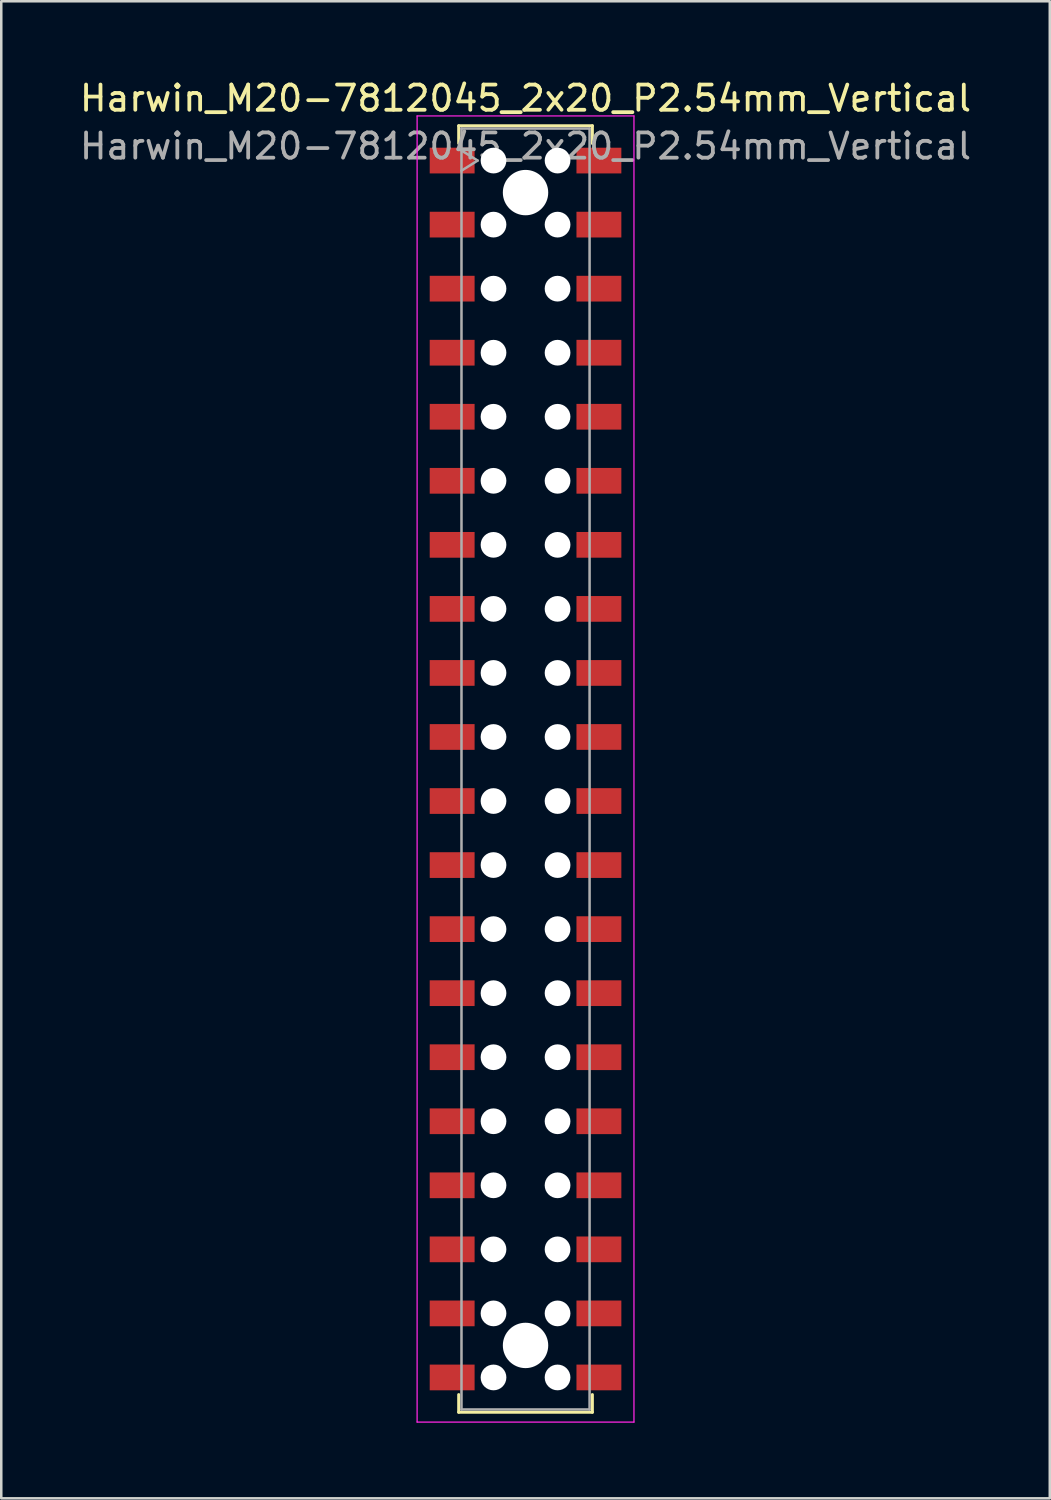
<source format=kicad_pcb>
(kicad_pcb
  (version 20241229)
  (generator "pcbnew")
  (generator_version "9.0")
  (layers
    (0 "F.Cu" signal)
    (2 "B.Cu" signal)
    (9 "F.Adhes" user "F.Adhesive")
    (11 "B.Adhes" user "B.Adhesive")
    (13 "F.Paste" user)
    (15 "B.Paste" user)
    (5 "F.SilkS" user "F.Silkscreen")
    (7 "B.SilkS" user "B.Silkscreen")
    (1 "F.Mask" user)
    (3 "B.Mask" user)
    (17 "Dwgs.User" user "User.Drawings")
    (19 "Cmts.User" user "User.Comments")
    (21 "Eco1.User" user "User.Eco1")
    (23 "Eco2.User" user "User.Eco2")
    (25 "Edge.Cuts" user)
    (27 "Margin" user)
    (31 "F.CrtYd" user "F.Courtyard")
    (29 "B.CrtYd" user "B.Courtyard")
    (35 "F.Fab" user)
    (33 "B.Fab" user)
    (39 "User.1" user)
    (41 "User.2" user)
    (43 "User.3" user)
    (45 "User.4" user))
  (footprint "Harwin_M20-7812045_2x20_P2.54mm_Vertical"
    (layer "F.Cu")
    (at 17.792 27.448)
    (property "Reference" "Harwin_M20-7812045_2x20_P2.54mm_Vertical" (at 0 -26.6 0) (layer "F.SilkS") (effects (font (size 1 1) (thickness 0.15))))
    (attr smd)
    (fp_line (start -2.65 -25.51) (end 2.65 -25.51) (stroke (width 0.12) (type solid)) (layer "F.SilkS"))
    (fp_line (start -2.65 -24.81) (end -2.65 -25.51) (stroke (width 0.12) (type solid)) (layer "F.SilkS"))
    (fp_line (start -2.65 24.81) (end -2.65 25.51) (stroke (width 0.12) (type solid)) (layer "F.SilkS"))
    (fp_line (start -2.65 25.51) (end 2.65 25.51) (stroke (width 0.12) (type solid)) (layer "F.SilkS"))
    (fp_line (start 2.65 -25.51) (end 2.65 -24.81) (stroke (width 0.12) (type solid)) (layer "F.SilkS"))
    (fp_line (start 2.65 25.51) (end 2.65 24.81) (stroke (width 0.12) (type solid)) (layer "F.SilkS"))
    (fp_line (start -4.3 -25.9) (end 4.3 -25.9) (stroke (width 0.05) (type solid)) (layer "F.CrtYd"))
    (fp_line (start -4.3 25.9) (end -4.3 -25.9) (stroke (width 0.05) (type solid)) (layer "F.CrtYd"))
    (fp_line (start 4.3 -25.9) (end 4.3 25.9) (stroke (width 0.05) (type solid)) (layer "F.CrtYd"))
    (fp_line (start 4.3 25.9) (end -4.3 25.9) (stroke (width 0.05) (type solid)) (layer "F.CrtYd"))
    (fp_line (start -2.54 -25.4) (end 2.54 -25.4) (stroke (width 0.1) (type solid)) (layer "F.Fab"))
    (fp_line (start -2.54 -24.53) (end -1.9 -24.13) (stroke (width 0.1) (type solid)) (layer "F.Fab"))
    (fp_line (start -2.54 25.4) (end -2.54 -25.4) (stroke (width 0.1) (type solid)) (layer "F.Fab"))
    (fp_line (start -1.9 -24.13) (end -2.54 -23.73) (stroke (width 0.1) (type solid)) (layer "F.Fab"))
    (fp_line (start 2.54 -25.4) (end 2.54 25.4) (stroke (width 0.1) (type solid)) (layer "F.Fab"))
    (fp_line (start 2.54 25.4) (end -2.54 25.4) (stroke (width 0.1) (type solid)) (layer "F.Fab"))
    (fp_text user "${REFERENCE}" (at 0 -24.7 0) (layer "F.Fab") (effects (font (size 1 1) (thickness 0.15))))
    (pad "" np_thru_hole circle (at -1.27 -24.13) (size 1.02 1.02) (drill 1.02) (layers "*.Cu" "*.Mask"))
    (pad "" np_thru_hole circle (at -1.27 -21.59) (size 1.02 1.02) (drill 1.02) (layers "*.Cu" "*.Mask"))
    (pad "" np_thru_hole circle (at -1.27 -19.05) (size 1.02 1.02) (drill 1.02) (layers "*.Cu" "*.Mask"))
    (pad "" np_thru_hole circle (at -1.27 -16.51) (size 1.02 1.02) (drill 1.02) (layers "*.Cu" "*.Mask"))
    (pad "" np_thru_hole circle (at -1.27 -13.97) (size 1.02 1.02) (drill 1.02) (layers "*.Cu" "*.Mask"))
    (pad "" np_thru_hole circle (at -1.27 -11.43) (size 1.02 1.02) (drill 1.02) (layers "*.Cu" "*.Mask"))
    (pad "" np_thru_hole circle (at -1.27 -8.89) (size 1.02 1.02) (drill 1.02) (layers "*.Cu" "*.Mask"))
    (pad "" np_thru_hole circle (at -1.27 -6.35) (size 1.02 1.02) (drill 1.02) (layers "*.Cu" "*.Mask"))
    (pad "" np_thru_hole circle (at -1.27 -3.81) (size 1.02 1.02) (drill 1.02) (layers "*.Cu" "*.Mask"))
    (pad "" np_thru_hole circle (at -1.27 -1.27) (size 1.02 1.02) (drill 1.02) (layers "*.Cu" "*.Mask"))
    (pad "" np_thru_hole circle (at -1.27 1.27) (size 1.02 1.02) (drill 1.02) (layers "*.Cu" "*.Mask"))
    (pad "" np_thru_hole circle (at -1.27 3.81) (size 1.02 1.02) (drill 1.02) (layers "*.Cu" "*.Mask"))
    (pad "" np_thru_hole circle (at -1.27 6.35) (size 1.02 1.02) (drill 1.02) (layers "*.Cu" "*.Mask"))
    (pad "" np_thru_hole circle (at -1.27 8.89) (size 1.02 1.02) (drill 1.02) (layers "*.Cu" "*.Mask"))
    (pad "" np_thru_hole circle (at -1.27 11.43) (size 1.02 1.02) (drill 1.02) (layers "*.Cu" "*.Mask"))
    (pad "" np_thru_hole circle (at -1.27 13.97) (size 1.02 1.02) (drill 1.02) (layers "*.Cu" "*.Mask"))
    (pad "" np_thru_hole circle (at -1.27 16.51) (size 1.02 1.02) (drill 1.02) (layers "*.Cu" "*.Mask"))
    (pad "" np_thru_hole circle (at -1.27 19.05) (size 1.02 1.02) (drill 1.02) (layers "*.Cu" "*.Mask"))
    (pad "" np_thru_hole circle (at -1.27 21.59) (size 1.02 1.02) (drill 1.02) (layers "*.Cu" "*.Mask"))
    (pad "" np_thru_hole circle (at -1.27 24.13) (size 1.02 1.02) (drill 1.02) (layers "*.Cu" "*.Mask"))
    (pad "" np_thru_hole circle (at 0 -22.86) (size 1.8 1.8) (drill 1.8) (layers "*.Cu" "*.Mask"))
    (pad "" np_thru_hole circle (at 0 22.86) (size 1.8 1.8) (drill 1.8) (layers "*.Cu" "*.Mask"))
    (pad "" np_thru_hole circle (at 1.27 -24.13) (size 1.02 1.02) (drill 1.02) (layers "*.Cu" "*.Mask"))
    (pad "" np_thru_hole circle (at 1.27 -21.59) (size 1.02 1.02) (drill 1.02) (layers "*.Cu" "*.Mask"))
    (pad "" np_thru_hole circle (at 1.27 -19.05) (size 1.02 1.02) (drill 1.02) (layers "*.Cu" "*.Mask"))
    (pad "" np_thru_hole circle (at 1.27 -16.51) (size 1.02 1.02) (drill 1.02) (layers "*.Cu" "*.Mask"))
    (pad "" np_thru_hole circle (at 1.27 -13.97) (size 1.02 1.02) (drill 1.02) (layers "*.Cu" "*.Mask"))
    (pad "" np_thru_hole circle (at 1.27 -11.43) (size 1.02 1.02) (drill 1.02) (layers "*.Cu" "*.Mask"))
    (pad "" np_thru_hole circle (at 1.27 -8.89) (size 1.02 1.02) (drill 1.02) (layers "*.Cu" "*.Mask"))
    (pad "" np_thru_hole circle (at 1.27 -6.35) (size 1.02 1.02) (drill 1.02) (layers "*.Cu" "*.Mask"))
    (pad "" np_thru_hole circle (at 1.27 -3.81) (size 1.02 1.02) (drill 1.02) (layers "*.Cu" "*.Mask"))
    (pad "" np_thru_hole circle (at 1.27 -1.27) (size 1.02 1.02) (drill 1.02) (layers "*.Cu" "*.Mask"))
    (pad "" np_thru_hole circle (at 1.27 1.27) (size 1.02 1.02) (drill 1.02) (layers "*.Cu" "*.Mask"))
    (pad "" np_thru_hole circle (at 1.27 3.81) (size 1.02 1.02) (drill 1.02) (layers "*.Cu" "*.Mask"))
    (pad "" np_thru_hole circle (at 1.27 6.35) (size 1.02 1.02) (drill 1.02) (layers "*.Cu" "*.Mask"))
    (pad "" np_thru_hole circle (at 1.27 8.89) (size 1.02 1.02) (drill 1.02) (layers "*.Cu" "*.Mask"))
    (pad "" np_thru_hole circle (at 1.27 11.43) (size 1.02 1.02) (drill 1.02) (layers "*.Cu" "*.Mask"))
    (pad "" np_thru_hole circle (at 1.27 13.97) (size 1.02 1.02) (drill 1.02) (layers "*.Cu" "*.Mask"))
    (pad "" np_thru_hole circle (at 1.27 16.51) (size 1.02 1.02) (drill 1.02) (layers "*.Cu" "*.Mask"))
    (pad "" np_thru_hole circle (at 1.27 19.05) (size 1.02 1.02) (drill 1.02) (layers "*.Cu" "*.Mask"))
    (pad "" np_thru_hole circle (at 1.27 21.59) (size 1.02 1.02) (drill 1.02) (layers "*.Cu" "*.Mask"))
    (pad "" np_thru_hole circle (at 1.27 24.13) (size 1.02 1.02) (drill 1.02) (layers "*.Cu" "*.Mask"))
    (pad "1" smd rect (at -2.91 -24.13) (size 1.78 1.02) (layers "F.Cu" "F.Mask" "F.Paste"))
    (pad "2" smd rect (at 2.91 -24.13) (size 1.78 1.02) (layers "F.Cu" "F.Mask" "F.Paste"))
    (pad "3" smd rect (at -2.91 -21.59) (size 1.78 1.02) (layers "F.Cu" "F.Mask" "F.Paste"))
    (pad "4" smd rect (at 2.91 -21.59) (size 1.78 1.02) (layers "F.Cu" "F.Mask" "F.Paste"))
    (pad "5" smd rect (at -2.91 -19.05) (size 1.78 1.02) (layers "F.Cu" "F.Mask" "F.Paste"))
    (pad "6" smd rect (at 2.91 -19.05) (size 1.78 1.02) (layers "F.Cu" "F.Mask" "F.Paste"))
    (pad "7" smd rect (at -2.91 -16.51) (size 1.78 1.02) (layers "F.Cu" "F.Mask" "F.Paste"))
    (pad "8" smd rect (at 2.91 -16.51) (size 1.78 1.02) (layers "F.Cu" "F.Mask" "F.Paste"))
    (pad "9" smd rect (at -2.91 -13.97) (size 1.78 1.02) (layers "F.Cu" "F.Mask" "F.Paste"))
    (pad "10" smd rect (at 2.91 -13.97) (size 1.78 1.02) (layers "F.Cu" "F.Mask" "F.Paste"))
    (pad "11" smd rect (at -2.91 -11.43) (size 1.78 1.02) (layers "F.Cu" "F.Mask" "F.Paste"))
    (pad "12" smd rect (at 2.91 -11.43) (size 1.78 1.02) (layers "F.Cu" "F.Mask" "F.Paste"))
    (pad "13" smd rect (at -2.91 -8.89) (size 1.78 1.02) (layers "F.Cu" "F.Mask" "F.Paste"))
    (pad "14" smd rect (at 2.91 -8.89) (size 1.78 1.02) (layers "F.Cu" "F.Mask" "F.Paste"))
    (pad "15" smd rect (at -2.91 -6.35) (size 1.78 1.02) (layers "F.Cu" "F.Mask" "F.Paste"))
    (pad "16" smd rect (at 2.91 -6.35) (size 1.78 1.02) (layers "F.Cu" "F.Mask" "F.Paste"))
    (pad "17" smd rect (at -2.91 -3.81) (size 1.78 1.02) (layers "F.Cu" "F.Mask" "F.Paste"))
    (pad "18" smd rect (at 2.91 -3.81) (size 1.78 1.02) (layers "F.Cu" "F.Mask" "F.Paste"))
    (pad "19" smd rect (at -2.91 -1.27) (size 1.78 1.02) (layers "F.Cu" "F.Mask" "F.Paste"))
    (pad "20" smd rect (at 2.91 -1.27) (size 1.78 1.02) (layers "F.Cu" "F.Mask" "F.Paste"))
    (pad "21" smd rect (at -2.91 1.27) (size 1.78 1.02) (layers "F.Cu" "F.Mask" "F.Paste"))
    (pad "22" smd rect (at 2.91 1.27) (size 1.78 1.02) (layers "F.Cu" "F.Mask" "F.Paste"))
    (pad "23" smd rect (at -2.91 3.81) (size 1.78 1.02) (layers "F.Cu" "F.Mask" "F.Paste"))
    (pad "24" smd rect (at 2.91 3.81) (size 1.78 1.02) (layers "F.Cu" "F.Mask" "F.Paste"))
    (pad "25" smd rect (at -2.91 6.35) (size 1.78 1.02) (layers "F.Cu" "F.Mask" "F.Paste"))
    (pad "26" smd rect (at 2.91 6.35) (size 1.78 1.02) (layers "F.Cu" "F.Mask" "F.Paste"))
    (pad "27" smd rect (at -2.91 8.89) (size 1.78 1.02) (layers "F.Cu" "F.Mask" "F.Paste"))
    (pad "28" smd rect (at 2.91 8.89) (size 1.78 1.02) (layers "F.Cu" "F.Mask" "F.Paste"))
    (pad "29" smd rect (at -2.91 11.43) (size 1.78 1.02) (layers "F.Cu" "F.Mask" "F.Paste"))
    (pad "30" smd rect (at 2.91 11.43) (size 1.78 1.02) (layers "F.Cu" "F.Mask" "F.Paste"))
    (pad "31" smd rect (at -2.91 13.97) (size 1.78 1.02) (layers "F.Cu" "F.Mask" "F.Paste"))
    (pad "32" smd rect (at 2.91 13.97) (size 1.78 1.02) (layers "F.Cu" "F.Mask" "F.Paste"))
    (pad "33" smd rect (at -2.91 16.51) (size 1.78 1.02) (layers "F.Cu" "F.Mask" "F.Paste"))
    (pad "34" smd rect (at 2.91 16.51) (size 1.78 1.02) (layers "F.Cu" "F.Mask" "F.Paste"))
    (pad "35" smd rect (at -2.91 19.05) (size 1.78 1.02) (layers "F.Cu" "F.Mask" "F.Paste"))
    (pad "36" smd rect (at 2.91 19.05) (size 1.78 1.02) (layers "F.Cu" "F.Mask" "F.Paste"))
    (pad "37" smd rect (at -2.91 21.59) (size 1.78 1.02) (layers "F.Cu" "F.Mask" "F.Paste"))
    (pad "38" smd rect (at 2.91 21.59) (size 1.78 1.02) (layers "F.Cu" "F.Mask" "F.Paste"))
    (pad "39" smd rect (at -2.91 24.13) (size 1.78 1.02) (layers "F.Cu" "F.Mask" "F.Paste"))
    (pad "40" smd rect (at 2.91 24.13) (size 1.78 1.02) (layers "F.Cu" "F.Mask" "F.Paste")))
  (gr_rect
    (start -3 -3)
    (end 38.583 56.373)
    (stroke (width 0.1) (type default))
    (fill no)
    (layer "Edge.Cuts")))
</source>
